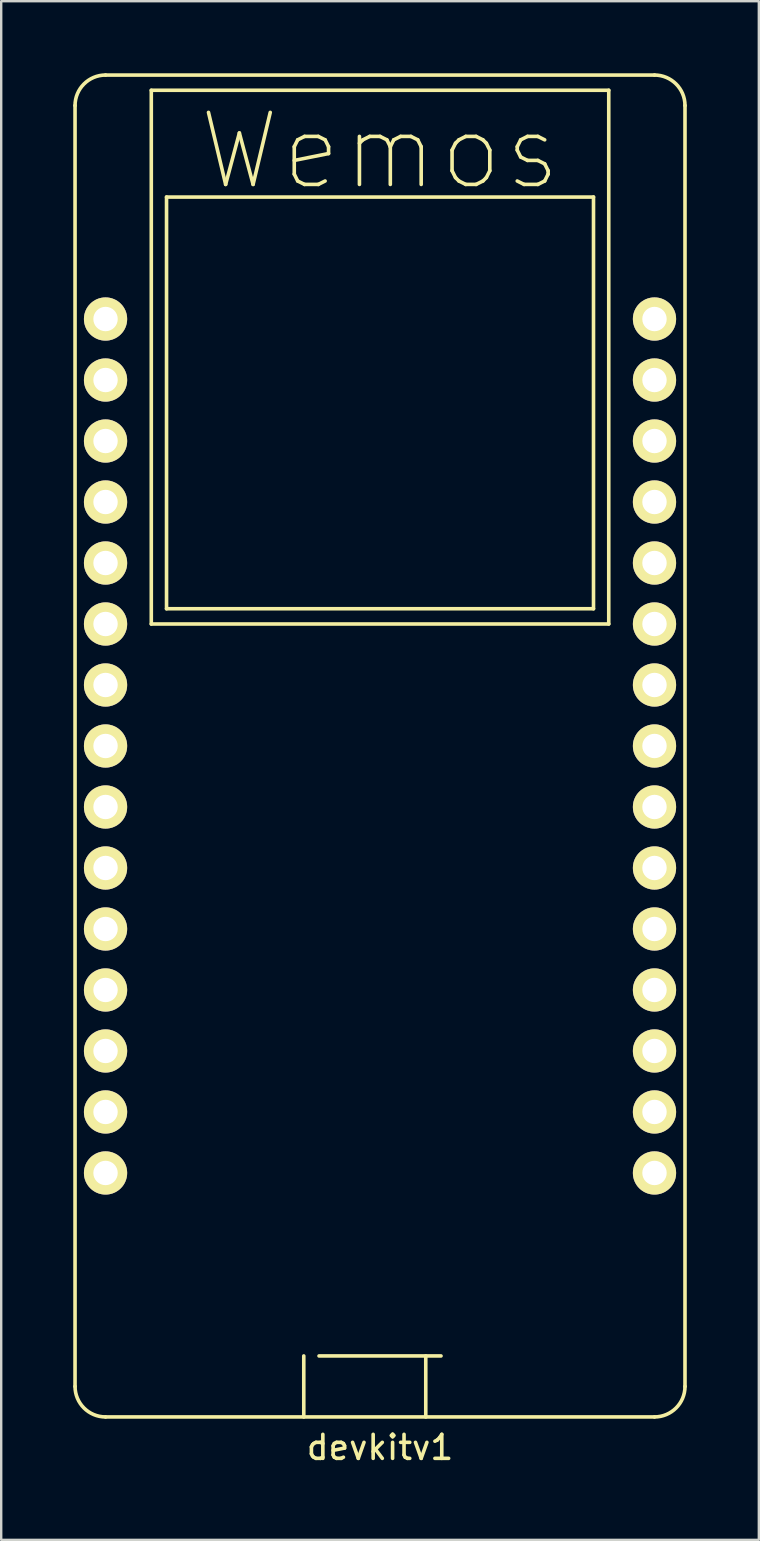
<source format=kicad_pcb>
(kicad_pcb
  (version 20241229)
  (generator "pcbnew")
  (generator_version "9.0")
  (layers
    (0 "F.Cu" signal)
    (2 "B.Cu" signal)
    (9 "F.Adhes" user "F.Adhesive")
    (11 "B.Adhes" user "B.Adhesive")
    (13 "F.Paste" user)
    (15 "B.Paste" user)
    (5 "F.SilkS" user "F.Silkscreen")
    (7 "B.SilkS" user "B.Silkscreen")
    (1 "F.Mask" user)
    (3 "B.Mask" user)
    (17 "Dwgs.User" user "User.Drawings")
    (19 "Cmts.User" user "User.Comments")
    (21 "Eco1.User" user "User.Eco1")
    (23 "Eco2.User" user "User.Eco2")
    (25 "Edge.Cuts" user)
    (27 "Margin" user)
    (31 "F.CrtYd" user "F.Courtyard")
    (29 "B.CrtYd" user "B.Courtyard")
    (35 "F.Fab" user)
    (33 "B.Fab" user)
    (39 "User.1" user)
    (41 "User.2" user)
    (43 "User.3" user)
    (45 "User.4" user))
  (footprint "devkitv1"
    (layer "F.Cu")
    (at 12.775 29.285)
    (property "Reference" "devkitv1" (at 0 27.94 0) (layer "F.SilkS") (effects (font (size 1 1) (thickness 0.15))))
    (attr through_hole)
    (fp_line (start -12.7 -27.94) (end -12.7 25.4) (stroke (width 0.15) (type solid)) (layer "F.SilkS"))
    (fp_line (start -11.43 -29.21) (end 11.43 -29.21) (stroke (width 0.15) (type solid)) (layer "F.SilkS"))
    (fp_line (start -11.43 26.67) (end 11.43 26.67) (stroke (width 0.15) (type solid)) (layer "F.SilkS"))
    (fp_line (start -9.525 -28.575) (end -9.525 -6.35) (stroke (width 0.15) (type solid)) (layer "F.SilkS"))
    (fp_line (start -9.525 -6.35) (end 9.525 -6.35) (stroke (width 0.15) (type solid)) (layer "F.SilkS"))
    (fp_line (start -8.89 -24.13) (end -8.89 -6.985) (stroke (width 0.15) (type solid)) (layer "F.SilkS"))
    (fp_line (start -8.89 -6.985) (end 8.89 -6.985) (stroke (width 0.15) (type solid)) (layer "F.SilkS"))
    (fp_line (start -3.175 26.67) (end -3.175 24.13) (stroke (width 0.15) (type solid)) (layer "F.SilkS"))
    (fp_line (start -2.54 24.13) (end 2.54 24.13) (stroke (width 0.15) (type solid)) (layer "F.SilkS"))
    (fp_line (start 1.905 24.13) (end 1.905 26.67) (stroke (width 0.15) (type solid)) (layer "F.SilkS"))
    (fp_line (start 8.89 -24.13) (end -8.89 -24.13) (stroke (width 0.15) (type solid)) (layer "F.SilkS"))
    (fp_line (start 8.89 -6.985) (end 8.89 -24.13) (stroke (width 0.15) (type solid)) (layer "F.SilkS"))
    (fp_line (start 9.525 -28.575) (end -9.525 -28.575) (stroke (width 0.15) (type solid)) (layer "F.SilkS"))
    (fp_line (start 9.525 -6.35) (end 9.525 -28.575) (stroke (width 0.15) (type solid)) (layer "F.SilkS"))
    (fp_line (start 12.7 -27.94) (end 12.7 25.4) (stroke (width 0.15) (type solid)) (layer "F.SilkS"))
    (fp_arc (start -12.7 -27.94) (mid -12.328026 -28.838026) (end -11.43 -29.21) (stroke (width 0.15) (type solid)) (layer "F.SilkS"))
    (fp_arc (start -11.43 26.67) (mid -12.328026 26.298026) (end -12.7 25.4) (stroke (width 0.15) (type solid)) (layer "F.SilkS"))
    (fp_arc (start 11.43 -29.21) (mid 12.328026 -28.838026) (end 12.7 -27.94) (stroke (width 0.15) (type solid)) (layer "F.SilkS"))
    (fp_arc (start 12.7 25.4) (mid 12.328026 26.298026) (end 11.43 26.67) (stroke (width 0.15) (type solid)) (layer "F.SilkS"))
    (fp_text user "Wemos" (at 0 -26.035 0) (layer "F.SilkS") (effects (font (size 3 3) (thickness 0.15))))
    (pad "1" thru_hole circle (at -11.43 -19.05) (size 1.8 1.8) (drill 1.016) (layers "*.Cu" "*.Mask" "F.SilkS"))
    (pad "2" thru_hole circle (at -11.43 -16.51 270) (size 1.8 1.8) (drill 1.016) (layers "*.Cu" "*.Mask" "F.SilkS"))
    (pad "3" thru_hole circle (at -11.43 -13.97) (size 1.8 1.8) (drill 1.016) (layers "*.Cu" "*.Mask" "F.SilkS"))
    (pad "4" thru_hole circle (at -11.43 -11.43) (size 1.8 1.8) (drill 1.016) (layers "*.Cu" "*.Mask" "F.SilkS"))
    (pad "5" thru_hole circle (at -11.43 -8.89) (size 1.8 1.8) (drill 1.016) (layers "*.Cu" "*.Mask" "F.SilkS"))
    (pad "6" thru_hole circle (at -11.43 -6.35) (size 1.8 1.8) (drill 1.016) (layers "*.Cu" "*.Mask" "F.SilkS"))
    (pad "7" thru_hole circle (at -11.43 -3.81) (size 1.8 1.8) (drill 1.016) (layers "*.Cu" "*.Mask" "F.SilkS"))
    (pad "8" thru_hole circle (at -11.43 -1.27) (size 1.8 1.8) (drill 1.016) (layers "*.Cu" "*.Mask" "F.SilkS"))
    (pad "9" thru_hole circle (at -11.43 1.27) (size 1.8 1.8) (drill 1.016) (layers "*.Cu" "*.Mask" "F.SilkS"))
    (pad "10" thru_hole circle (at -11.43 3.81) (size 1.8 1.8) (drill 1.016) (layers "*.Cu" "*.Mask" "F.SilkS"))
    (pad "11" thru_hole circle (at -11.43 6.35) (size 1.8 1.8) (drill 1.016) (layers "*.Cu" "*.Mask" "F.SilkS"))
    (pad "12" thru_hole circle (at -11.43 8.89) (size 1.8 1.8) (drill 1.016) (layers "*.Cu" "*.Mask" "F.SilkS"))
    (pad "13" thru_hole circle (at -11.43 11.43) (size 1.8 1.8) (drill 1.016) (layers "*.Cu" "*.Mask" "F.SilkS"))
    (pad "14" thru_hole circle (at -11.43 13.97) (size 1.8 1.8) (drill 1.016) (layers "*.Cu" "*.Mask" "F.SilkS"))
    (pad "15" thru_hole circle (at -11.43 16.51) (size 1.8 1.8) (drill 1.016) (layers "*.Cu" "*.Mask" "F.SilkS"))
    (pad "17" thru_hole circle (at 11.43 -19.05) (size 1.8 1.8) (drill 1.016) (layers "*.Cu" "*.Mask" "F.SilkS"))
    (pad "18" thru_hole circle (at 11.43 -16.51) (size 1.8 1.8) (drill 1.016) (layers "*.Cu" "*.Mask" "F.SilkS"))
    (pad "19" thru_hole circle (at 11.43 -13.97) (size 1.8 1.8) (drill 1.016) (layers "*.Cu" "*.Mask" "F.SilkS"))
    (pad "20" thru_hole circle (at 11.43 -11.43) (size 1.8 1.8) (drill 1.016) (layers "*.Cu" "*.Mask" "F.SilkS"))
    (pad "21" thru_hole circle (at 11.43 -8.89) (size 1.8 1.8) (drill 1.016) (layers "*.Cu" "*.Mask" "F.SilkS"))
    (pad "22" thru_hole circle (at 11.43 -6.35) (size 1.8 1.8) (drill 1.016) (layers "*.Cu" "*.Mask" "F.SilkS"))
    (pad "23" thru_hole circle (at 11.43 -3.81) (size 1.8 1.8) (drill 1.016) (layers "*.Cu" "*.Mask" "F.SilkS"))
    (pad "24" thru_hole circle (at 11.43 -1.27) (size 1.8 1.8) (drill 1.016) (layers "*.Cu" "*.Mask" "F.SilkS"))
    (pad "25" thru_hole circle (at 11.43 1.27) (size 1.8 1.8) (drill 1.016) (layers "*.Cu" "*.Mask" "F.SilkS"))
    (pad "26" thru_hole circle (at 11.43 3.81) (size 1.8 1.8) (drill 1.016) (layers "*.Cu" "*.Mask" "F.SilkS"))
    (pad "27" thru_hole circle (at 11.43 6.35) (size 1.8 1.8) (drill 1.016) (layers "*.Cu" "*.Mask" "F.SilkS"))
    (pad "28" thru_hole circle (at 11.43 8.89) (size 1.8 1.8) (drill 1.016) (layers "*.Cu" "*.Mask" "F.SilkS"))
    (pad "29" thru_hole circle (at 11.43 11.43) (size 1.8 1.8) (drill 1.016) (layers "*.Cu" "*.Mask" "F.SilkS"))
    (pad "30" thru_hole circle (at 11.43 13.97) (size 1.8 1.8) (drill 1.016) (layers "*.Cu" "*.Mask" "F.SilkS"))
    (pad "31" thru_hole circle (at 11.43 16.51) (size 1.8 1.8) (drill 1.016) (layers "*.Cu" "*.Mask" "F.SilkS")))
  (gr_rect
    (start -3 -3)
    (end 28.55 61.073)
    (stroke (width 0.1) (type default))
    (fill no)
    (layer "Edge.Cuts")))
</source>
